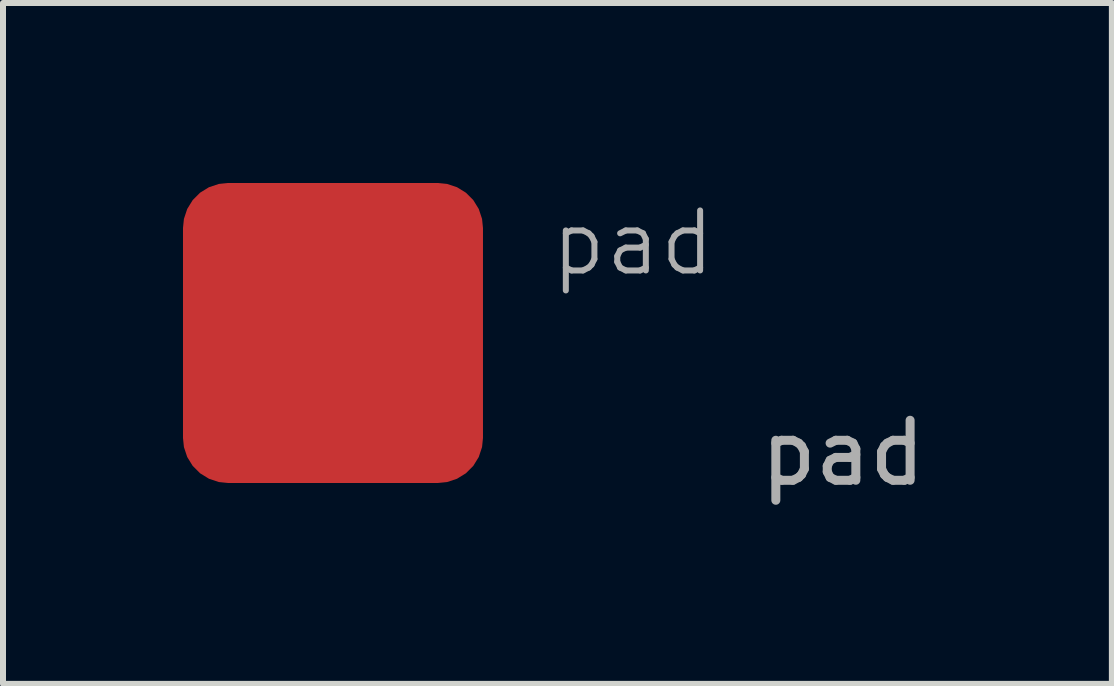
<source format=kicad_pcb>
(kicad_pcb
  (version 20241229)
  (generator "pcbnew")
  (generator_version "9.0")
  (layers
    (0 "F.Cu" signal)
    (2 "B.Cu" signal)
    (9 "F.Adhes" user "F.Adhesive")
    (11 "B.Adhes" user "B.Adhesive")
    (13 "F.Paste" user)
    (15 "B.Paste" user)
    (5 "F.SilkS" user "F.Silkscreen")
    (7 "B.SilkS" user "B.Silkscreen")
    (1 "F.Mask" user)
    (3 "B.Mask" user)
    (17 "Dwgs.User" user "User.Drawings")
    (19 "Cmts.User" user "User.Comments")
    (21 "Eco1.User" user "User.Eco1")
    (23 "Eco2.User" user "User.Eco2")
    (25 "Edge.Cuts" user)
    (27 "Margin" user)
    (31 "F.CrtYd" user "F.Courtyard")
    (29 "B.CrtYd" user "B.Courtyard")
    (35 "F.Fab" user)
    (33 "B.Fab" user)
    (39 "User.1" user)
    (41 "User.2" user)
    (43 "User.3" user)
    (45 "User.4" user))
  (footprint "pad"
    (layer "F.Cu")
    (at 2.5 2.5)
    (property "Reference" "pad" (at 5 -1.5 0) (unlocked yes) (layer "F.Fab") (effects (font (size 1 1) (thickness 0.1))))
    (attr smd)
    (fp_text user "${REFERENCE}" (at 8.5 2 0) (unlocked yes) (layer "F.Fab") (effects (font (size 1 1) (thickness 0.15))))
    (pad "1" smd roundrect (at 0 0) (size 5 5) (layers "F.Cu" "F.Mask" "F.Paste") (roundrect_rratio 0.15)))
  (gr_rect
    (start -3 -3)
    (end 15.482 8.348)
    (stroke (width 0.1) (type default))
    (fill no)
    (layer "Edge.Cuts")))
</source>
